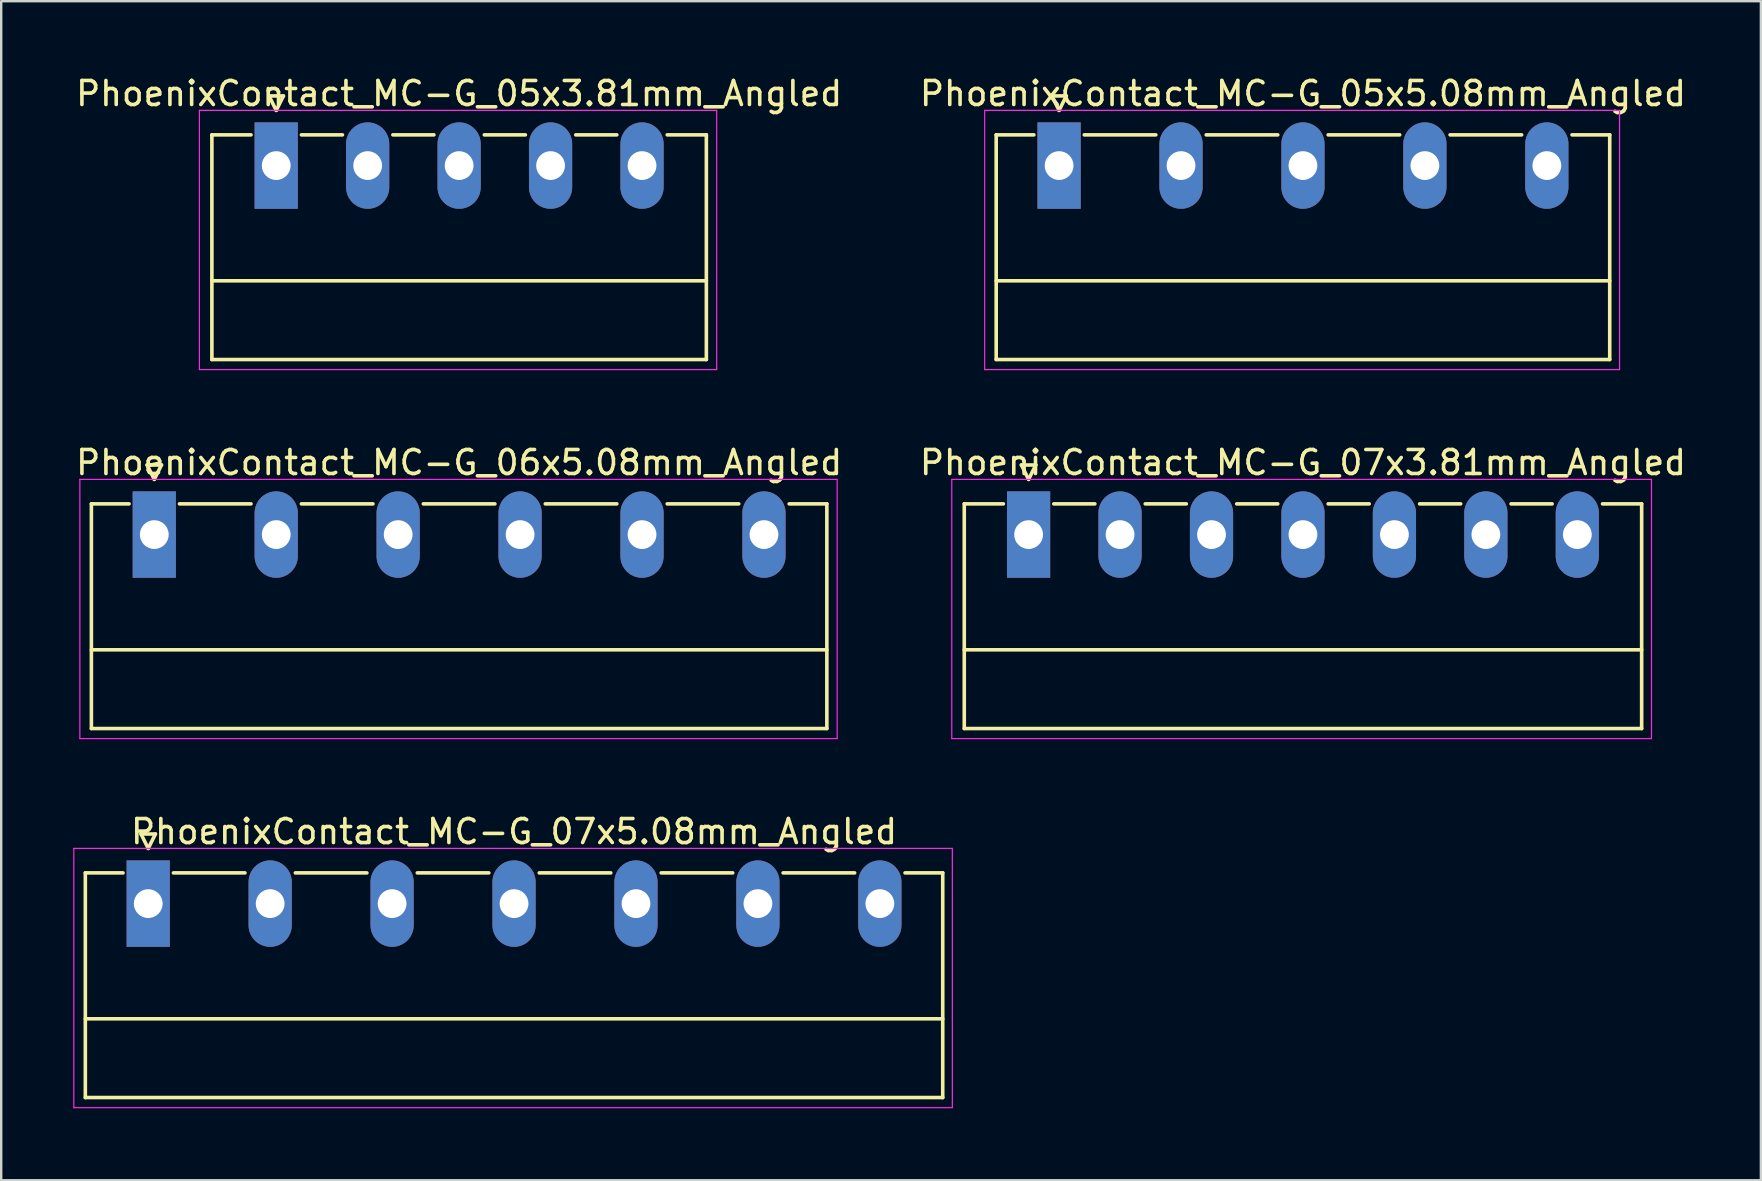
<source format=kicad_pcb>
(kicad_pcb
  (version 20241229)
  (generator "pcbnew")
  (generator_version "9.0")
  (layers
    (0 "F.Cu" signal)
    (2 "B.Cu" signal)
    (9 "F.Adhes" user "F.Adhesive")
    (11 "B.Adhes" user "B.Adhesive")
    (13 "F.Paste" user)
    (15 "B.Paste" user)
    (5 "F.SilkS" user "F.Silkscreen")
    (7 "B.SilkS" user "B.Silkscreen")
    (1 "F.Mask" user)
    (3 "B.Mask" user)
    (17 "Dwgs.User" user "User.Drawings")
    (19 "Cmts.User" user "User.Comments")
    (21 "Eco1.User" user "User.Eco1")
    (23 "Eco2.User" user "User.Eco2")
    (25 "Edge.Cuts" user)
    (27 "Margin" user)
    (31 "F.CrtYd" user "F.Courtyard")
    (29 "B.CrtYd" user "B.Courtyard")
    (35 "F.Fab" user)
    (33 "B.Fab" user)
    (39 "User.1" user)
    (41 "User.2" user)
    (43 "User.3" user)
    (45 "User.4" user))
  (footprint "PhoenixContact_MC-G_06x5.08mm_Angled"
    (layer "F.Cu")
    (at 3.377 19.221)
    (property "Reference" "PhoenixContact_MC-G_06x5.08mm_Angled" (at 12.7 -3 0) (layer "F.SilkS") (effects (font (size 1 1) (thickness 0.15))))
    (attr through_hole)
    (fp_line (start -2.62 -1.28) (end -2.62 8.08) (stroke (width 0.15) (type solid)) (layer "F.SilkS"))
    (fp_line (start -2.62 -1.28) (end -1.05 -1.28) (stroke (width 0.15) (type solid)) (layer "F.SilkS"))
    (fp_line (start -2.62 4.8) (end 28.02 4.8) (stroke (width 0.15) (type solid)) (layer "F.SilkS"))
    (fp_line (start -2.62 8.08) (end 28.02 8.08) (stroke (width 0.15) (type solid)) (layer "F.SilkS"))
    (fp_line (start -0.3 -2.9) (end 0 -2.3) (stroke (width 0.15) (type solid)) (layer "F.SilkS"))
    (fp_line (start 0 -2.3) (end 0.3 -2.9) (stroke (width 0.15) (type solid)) (layer "F.SilkS"))
    (fp_line (start 0.3 -2.9) (end -0.3 -2.9) (stroke (width 0.15) (type solid)) (layer "F.SilkS"))
    (fp_line (start 1.05 -1.28) (end 4.03 -1.28) (stroke (width 0.15) (type solid)) (layer "F.SilkS"))
    (fp_line (start 6.13 -1.28) (end 9.11 -1.28) (stroke (width 0.15) (type solid)) (layer "F.SilkS"))
    (fp_line (start 11.21 -1.28) (end 14.19 -1.28) (stroke (width 0.15) (type solid)) (layer "F.SilkS"))
    (fp_line (start 16.29 -1.28) (end 19.27 -1.28) (stroke (width 0.15) (type solid)) (layer "F.SilkS"))
    (fp_line (start 21.37 -1.28) (end 24.35 -1.28) (stroke (width 0.15) (type solid)) (layer "F.SilkS"))
    (fp_line (start 28.02 -1.28) (end 26.45 -1.28) (stroke (width 0.15) (type solid)) (layer "F.SilkS"))
    (fp_line (start 28.02 8.08) (end 28.02 -1.28) (stroke (width 0.15) (type solid)) (layer "F.SilkS"))
    (fp_line (start -3.1 -2.3) (end -3.1 8.5) (stroke (width 0.05) (type solid)) (layer "F.CrtYd"))
    (fp_line (start -3.1 8.5) (end 28.45 8.5) (stroke (width 0.05) (type solid)) (layer "F.CrtYd"))
    (fp_line (start 28.45 -2.3) (end -3.1 -2.3) (stroke (width 0.05) (type solid)) (layer "F.CrtYd"))
    (fp_line (start 28.45 8.5) (end 28.45 -2.3) (stroke (width 0.05) (type solid)) (layer "F.CrtYd"))
    (pad "1" thru_hole rect (at 0 0) (size 1.8 3.6) (drill 1.2) (layers "*.Cu" "*.Mask"))
    (pad "2" thru_hole oval (at 5.08 0) (size 1.8 3.6) (drill 1.2) (layers "*.Cu" "*.Mask"))
    (pad "3" thru_hole oval (at 10.16 0) (size 1.8 3.6) (drill 1.2) (layers "*.Cu" "*.Mask"))
    (pad "4" thru_hole oval (at 15.24 0) (size 1.8 3.6) (drill 1.2) (layers "*.Cu" "*.Mask"))
    (pad "5" thru_hole oval (at 20.32 0) (size 1.8 3.6) (drill 1.2) (layers "*.Cu" "*.Mask"))
    (pad "6" thru_hole oval (at 25.4 0) (size 1.8 3.6) (drill 1.2) (layers "*.Cu" "*.Mask")))
  (footprint "PhoenixContact_MC-G_07x5.08mm_Angled"
    (layer "F.Cu")
    (at 3.125 34.595)
    (property "Reference" "PhoenixContact_MC-G_07x5.08mm_Angled" (at 15.24 -3 0) (layer "F.SilkS") (effects (font (size 1 1) (thickness 0.15))))
    (attr through_hole)
    (fp_line (start -2.62 -1.28) (end -2.62 8.08) (stroke (width 0.15) (type solid)) (layer "F.SilkS"))
    (fp_line (start -2.62 -1.28) (end -1.05 -1.28) (stroke (width 0.15) (type solid)) (layer "F.SilkS"))
    (fp_line (start -2.62 4.8) (end 33.1 4.8) (stroke (width 0.15) (type solid)) (layer "F.SilkS"))
    (fp_line (start -2.62 8.08) (end 33.1 8.08) (stroke (width 0.15) (type solid)) (layer "F.SilkS"))
    (fp_line (start -0.3 -2.9) (end 0 -2.3) (stroke (width 0.15) (type solid)) (layer "F.SilkS"))
    (fp_line (start 0 -2.3) (end 0.3 -2.9) (stroke (width 0.15) (type solid)) (layer "F.SilkS"))
    (fp_line (start 0.3 -2.9) (end -0.3 -2.9) (stroke (width 0.15) (type solid)) (layer "F.SilkS"))
    (fp_line (start 1.05 -1.28) (end 4.03 -1.28) (stroke (width 0.15) (type solid)) (layer "F.SilkS"))
    (fp_line (start 6.13 -1.28) (end 9.11 -1.28) (stroke (width 0.15) (type solid)) (layer "F.SilkS"))
    (fp_line (start 11.21 -1.28) (end 14.19 -1.28) (stroke (width 0.15) (type solid)) (layer "F.SilkS"))
    (fp_line (start 16.29 -1.28) (end 19.27 -1.28) (stroke (width 0.15) (type solid)) (layer "F.SilkS"))
    (fp_line (start 21.37 -1.28) (end 24.35 -1.28) (stroke (width 0.15) (type solid)) (layer "F.SilkS"))
    (fp_line (start 26.45 -1.28) (end 29.43 -1.28) (stroke (width 0.15) (type solid)) (layer "F.SilkS"))
    (fp_line (start 33.1 -1.28) (end 31.53 -1.28) (stroke (width 0.15) (type solid)) (layer "F.SilkS"))
    (fp_line (start 33.1 8.08) (end 33.1 -1.28) (stroke (width 0.15) (type solid)) (layer "F.SilkS"))
    (fp_line (start -3.1 -2.3) (end -3.1 8.5) (stroke (width 0.05) (type solid)) (layer "F.CrtYd"))
    (fp_line (start -3.1 8.5) (end 33.5 8.5) (stroke (width 0.05) (type solid)) (layer "F.CrtYd"))
    (fp_line (start 33.5 -2.3) (end -3.1 -2.3) (stroke (width 0.05) (type solid)) (layer "F.CrtYd"))
    (fp_line (start 33.5 8.5) (end 33.5 -2.3) (stroke (width 0.05) (type solid)) (layer "F.CrtYd"))
    (pad "1" thru_hole rect (at 0 0) (size 1.8 3.6) (drill 1.2) (layers "*.Cu" "*.Mask"))
    (pad "2" thru_hole oval (at 5.08 0) (size 1.8 3.6) (drill 1.2) (layers "*.Cu" "*.Mask"))
    (pad "3" thru_hole oval (at 10.16 0) (size 1.8 3.6) (drill 1.2) (layers "*.Cu" "*.Mask"))
    (pad "4" thru_hole oval (at 15.24 0) (size 1.8 3.6) (drill 1.2) (layers "*.Cu" "*.Mask"))
    (pad "5" thru_hole oval (at 20.32 0) (size 1.8 3.6) (drill 1.2) (layers "*.Cu" "*.Mask"))
    (pad "6" thru_hole oval (at 25.4 0) (size 1.8 3.6) (drill 1.2) (layers "*.Cu" "*.Mask"))
    (pad "7" thru_hole oval (at 30.48 0) (size 1.8 3.6) (drill 1.2) (layers "*.Cu" "*.Mask")))
  (footprint "PhoenixContact_MC-G_05x5.08mm_Angled"
    (layer "F.Cu")
    (at 41.072 3.848)
    (property "Reference" "PhoenixContact_MC-G_05x5.08mm_Angled" (at 10.16 -3 0) (layer "F.SilkS") (effects (font (size 1 1) (thickness 0.15))))
    (attr through_hole)
    (fp_line (start -2.62 -1.28) (end -2.62 8.08) (stroke (width 0.15) (type solid)) (layer "F.SilkS"))
    (fp_line (start -2.62 -1.28) (end -1.05 -1.28) (stroke (width 0.15) (type solid)) (layer "F.SilkS"))
    (fp_line (start -2.62 4.8) (end 22.94 4.8) (stroke (width 0.15) (type solid)) (layer "F.SilkS"))
    (fp_line (start -2.62 8.08) (end 22.94 8.08) (stroke (width 0.15) (type solid)) (layer "F.SilkS"))
    (fp_line (start -0.3 -2.9) (end 0 -2.3) (stroke (width 0.15) (type solid)) (layer "F.SilkS"))
    (fp_line (start 0 -2.3) (end 0.3 -2.9) (stroke (width 0.15) (type solid)) (layer "F.SilkS"))
    (fp_line (start 0.3 -2.9) (end -0.3 -2.9) (stroke (width 0.15) (type solid)) (layer "F.SilkS"))
    (fp_line (start 1.05 -1.28) (end 4.03 -1.28) (stroke (width 0.15) (type solid)) (layer "F.SilkS"))
    (fp_line (start 6.13 -1.28) (end 9.11 -1.28) (stroke (width 0.15) (type solid)) (layer "F.SilkS"))
    (fp_line (start 11.21 -1.28) (end 14.19 -1.28) (stroke (width 0.15) (type solid)) (layer "F.SilkS"))
    (fp_line (start 16.29 -1.28) (end 19.27 -1.28) (stroke (width 0.15) (type solid)) (layer "F.SilkS"))
    (fp_line (start 22.94 -1.28) (end 21.37 -1.28) (stroke (width 0.15) (type solid)) (layer "F.SilkS"))
    (fp_line (start 22.94 8.08) (end 22.94 -1.28) (stroke (width 0.15) (type solid)) (layer "F.SilkS"))
    (fp_line (start -3.1 -2.3) (end -3.1 8.5) (stroke (width 0.05) (type solid)) (layer "F.CrtYd"))
    (fp_line (start -3.1 8.5) (end 23.35 8.5) (stroke (width 0.05) (type solid)) (layer "F.CrtYd"))
    (fp_line (start 23.35 -2.3) (end -3.1 -2.3) (stroke (width 0.05) (type solid)) (layer "F.CrtYd"))
    (fp_line (start 23.35 8.5) (end 23.35 -2.3) (stroke (width 0.05) (type solid)) (layer "F.CrtYd"))
    (pad "1" thru_hole rect (at 0 0) (size 1.8 3.6) (drill 1.2) (layers "*.Cu" "*.Mask"))
    (pad "2" thru_hole oval (at 5.08 0) (size 1.8 3.6) (drill 1.2) (layers "*.Cu" "*.Mask"))
    (pad "3" thru_hole oval (at 10.16 0) (size 1.8 3.6) (drill 1.2) (layers "*.Cu" "*.Mask"))
    (pad "4" thru_hole oval (at 15.24 0) (size 1.8 3.6) (drill 1.2) (layers "*.Cu" "*.Mask"))
    (pad "5" thru_hole oval (at 20.32 0) (size 1.8 3.6) (drill 1.2) (layers "*.Cu" "*.Mask")))
  (footprint "PhoenixContact_MC-G_05x3.81mm_Angled"
    (layer "F.Cu")
    (at 8.457 3.848)
    (property "Reference" "PhoenixContact_MC-G_05x3.81mm_Angled" (at 7.62 -3 0) (layer "F.SilkS") (effects (font (size 1 1) (thickness 0.15))))
    (attr through_hole)
    (fp_line (start -2.68 -1.28) (end -2.68 8.08) (stroke (width 0.15) (type solid)) (layer "F.SilkS"))
    (fp_line (start -2.68 -1.28) (end -1.05 -1.28) (stroke (width 0.15) (type solid)) (layer "F.SilkS"))
    (fp_line (start -2.68 4.8) (end 17.92 4.8) (stroke (width 0.15) (type solid)) (layer "F.SilkS"))
    (fp_line (start -2.68 8.08) (end 17.92 8.08) (stroke (width 0.15) (type solid)) (layer "F.SilkS"))
    (fp_line (start -0.3 -2.9) (end 0 -2.3) (stroke (width 0.15) (type solid)) (layer "F.SilkS"))
    (fp_line (start 0 -2.3) (end 0.3 -2.9) (stroke (width 0.15) (type solid)) (layer "F.SilkS"))
    (fp_line (start 0.3 -2.9) (end -0.3 -2.9) (stroke (width 0.15) (type solid)) (layer "F.SilkS"))
    (fp_line (start 1.05 -1.28) (end 2.76 -1.28) (stroke (width 0.15) (type solid)) (layer "F.SilkS"))
    (fp_line (start 4.86 -1.28) (end 6.57 -1.28) (stroke (width 0.15) (type solid)) (layer "F.SilkS"))
    (fp_line (start 8.67 -1.28) (end 10.38 -1.28) (stroke (width 0.15) (type solid)) (layer "F.SilkS"))
    (fp_line (start 12.48 -1.28) (end 14.19 -1.28) (stroke (width 0.15) (type solid)) (layer "F.SilkS"))
    (fp_line (start 17.92 -1.28) (end 16.29 -1.28) (stroke (width 0.15) (type solid)) (layer "F.SilkS"))
    (fp_line (start 17.92 8.08) (end 17.92 -1.28) (stroke (width 0.15) (type solid)) (layer "F.SilkS"))
    (fp_line (start -3.2 -2.3) (end -3.2 8.5) (stroke (width 0.05) (type solid)) (layer "F.CrtYd"))
    (fp_line (start -3.2 8.5) (end 18.35 8.5) (stroke (width 0.05) (type solid)) (layer "F.CrtYd"))
    (fp_line (start 18.35 -2.3) (end -3.2 -2.3) (stroke (width 0.05) (type solid)) (layer "F.CrtYd"))
    (fp_line (start 18.35 8.5) (end 18.35 -2.3) (stroke (width 0.05) (type solid)) (layer "F.CrtYd"))
    (pad "1" thru_hole rect (at 0 0) (size 1.8 3.6) (drill 1.2) (layers "*.Cu" "*.Mask"))
    (pad "2" thru_hole oval (at 3.81 0) (size 1.8 3.6) (drill 1.2) (layers "*.Cu" "*.Mask"))
    (pad "3" thru_hole oval (at 7.62 0) (size 1.8 3.6) (drill 1.2) (layers "*.Cu" "*.Mask"))
    (pad "4" thru_hole oval (at 11.43 0) (size 1.8 3.6) (drill 1.2) (layers "*.Cu" "*.Mask"))
    (pad "5" thru_hole oval (at 15.24 0) (size 1.8 3.6) (drill 1.2) (layers "*.Cu" "*.Mask")))
  (footprint "PhoenixContact_MC-G_07x3.81mm_Angled"
    (layer "F.Cu")
    (at 39.802 19.221)
    (property "Reference" "PhoenixContact_MC-G_07x3.81mm_Angled" (at 11.43 -3 0) (layer "F.SilkS") (effects (font (size 1 1) (thickness 0.15))))
    (attr through_hole)
    (fp_line (start -2.68 -1.28) (end -2.68 8.08) (stroke (width 0.15) (type solid)) (layer "F.SilkS"))
    (fp_line (start -2.68 -1.28) (end -1.05 -1.28) (stroke (width 0.15) (type solid)) (layer "F.SilkS"))
    (fp_line (start -2.68 4.8) (end 25.54 4.8) (stroke (width 0.15) (type solid)) (layer "F.SilkS"))
    (fp_line (start -2.68 8.08) (end 25.54 8.08) (stroke (width 0.15) (type solid)) (layer "F.SilkS"))
    (fp_line (start -0.3 -2.9) (end 0 -2.3) (stroke (width 0.15) (type solid)) (layer "F.SilkS"))
    (fp_line (start 0 -2.3) (end 0.3 -2.9) (stroke (width 0.15) (type solid)) (layer "F.SilkS"))
    (fp_line (start 0.3 -2.9) (end -0.3 -2.9) (stroke (width 0.15) (type solid)) (layer "F.SilkS"))
    (fp_line (start 1.05 -1.28) (end 2.76 -1.28) (stroke (width 0.15) (type solid)) (layer "F.SilkS"))
    (fp_line (start 4.86 -1.28) (end 6.57 -1.28) (stroke (width 0.15) (type solid)) (layer "F.SilkS"))
    (fp_line (start 8.67 -1.28) (end 10.38 -1.28) (stroke (width 0.15) (type solid)) (layer "F.SilkS"))
    (fp_line (start 12.48 -1.28) (end 14.19 -1.28) (stroke (width 0.15) (type solid)) (layer "F.SilkS"))
    (fp_line (start 16.29 -1.28) (end 18 -1.28) (stroke (width 0.15) (type solid)) (layer "F.SilkS"))
    (fp_line (start 20.1 -1.28) (end 21.81 -1.28) (stroke (width 0.15) (type solid)) (layer "F.SilkS"))
    (fp_line (start 25.54 -1.28) (end 23.91 -1.28) (stroke (width 0.15) (type solid)) (layer "F.SilkS"))
    (fp_line (start 25.54 8.08) (end 25.54 -1.28) (stroke (width 0.15) (type solid)) (layer "F.SilkS"))
    (fp_line (start -3.2 -2.3) (end -3.2 8.5) (stroke (width 0.05) (type solid)) (layer "F.CrtYd"))
    (fp_line (start -3.2 8.5) (end 25.95 8.5) (stroke (width 0.05) (type solid)) (layer "F.CrtYd"))
    (fp_line (start 25.95 -2.3) (end -3.2 -2.3) (stroke (width 0.05) (type solid)) (layer "F.CrtYd"))
    (fp_line (start 25.95 8.5) (end 25.95 -2.3) (stroke (width 0.05) (type solid)) (layer "F.CrtYd"))
    (pad "1" thru_hole rect (at 0 0) (size 1.8 3.6) (drill 1.2) (layers "*.Cu" "*.Mask"))
    (pad "2" thru_hole oval (at 3.81 0) (size 1.8 3.6) (drill 1.2) (layers "*.Cu" "*.Mask"))
    (pad "3" thru_hole oval (at 7.62 0) (size 1.8 3.6) (drill 1.2) (layers "*.Cu" "*.Mask"))
    (pad "4" thru_hole oval (at 11.43 0) (size 1.8 3.6) (drill 1.2) (layers "*.Cu" "*.Mask"))
    (pad "5" thru_hole oval (at 15.24 0) (size 1.8 3.6) (drill 1.2) (layers "*.Cu" "*.Mask"))
    (pad "6" thru_hole oval (at 19.05 0) (size 1.8 3.6) (drill 1.2) (layers "*.Cu" "*.Mask"))
    (pad "7" thru_hole oval (at 22.86 0) (size 1.8 3.6) (drill 1.2) (layers "*.Cu" "*.Mask")))
  (gr_rect
    (start -3 -3)
    (end 70.31 46.12)
    (stroke (width 0.1) (type default))
    (fill no)
    (layer "Edge.Cuts")))
</source>
